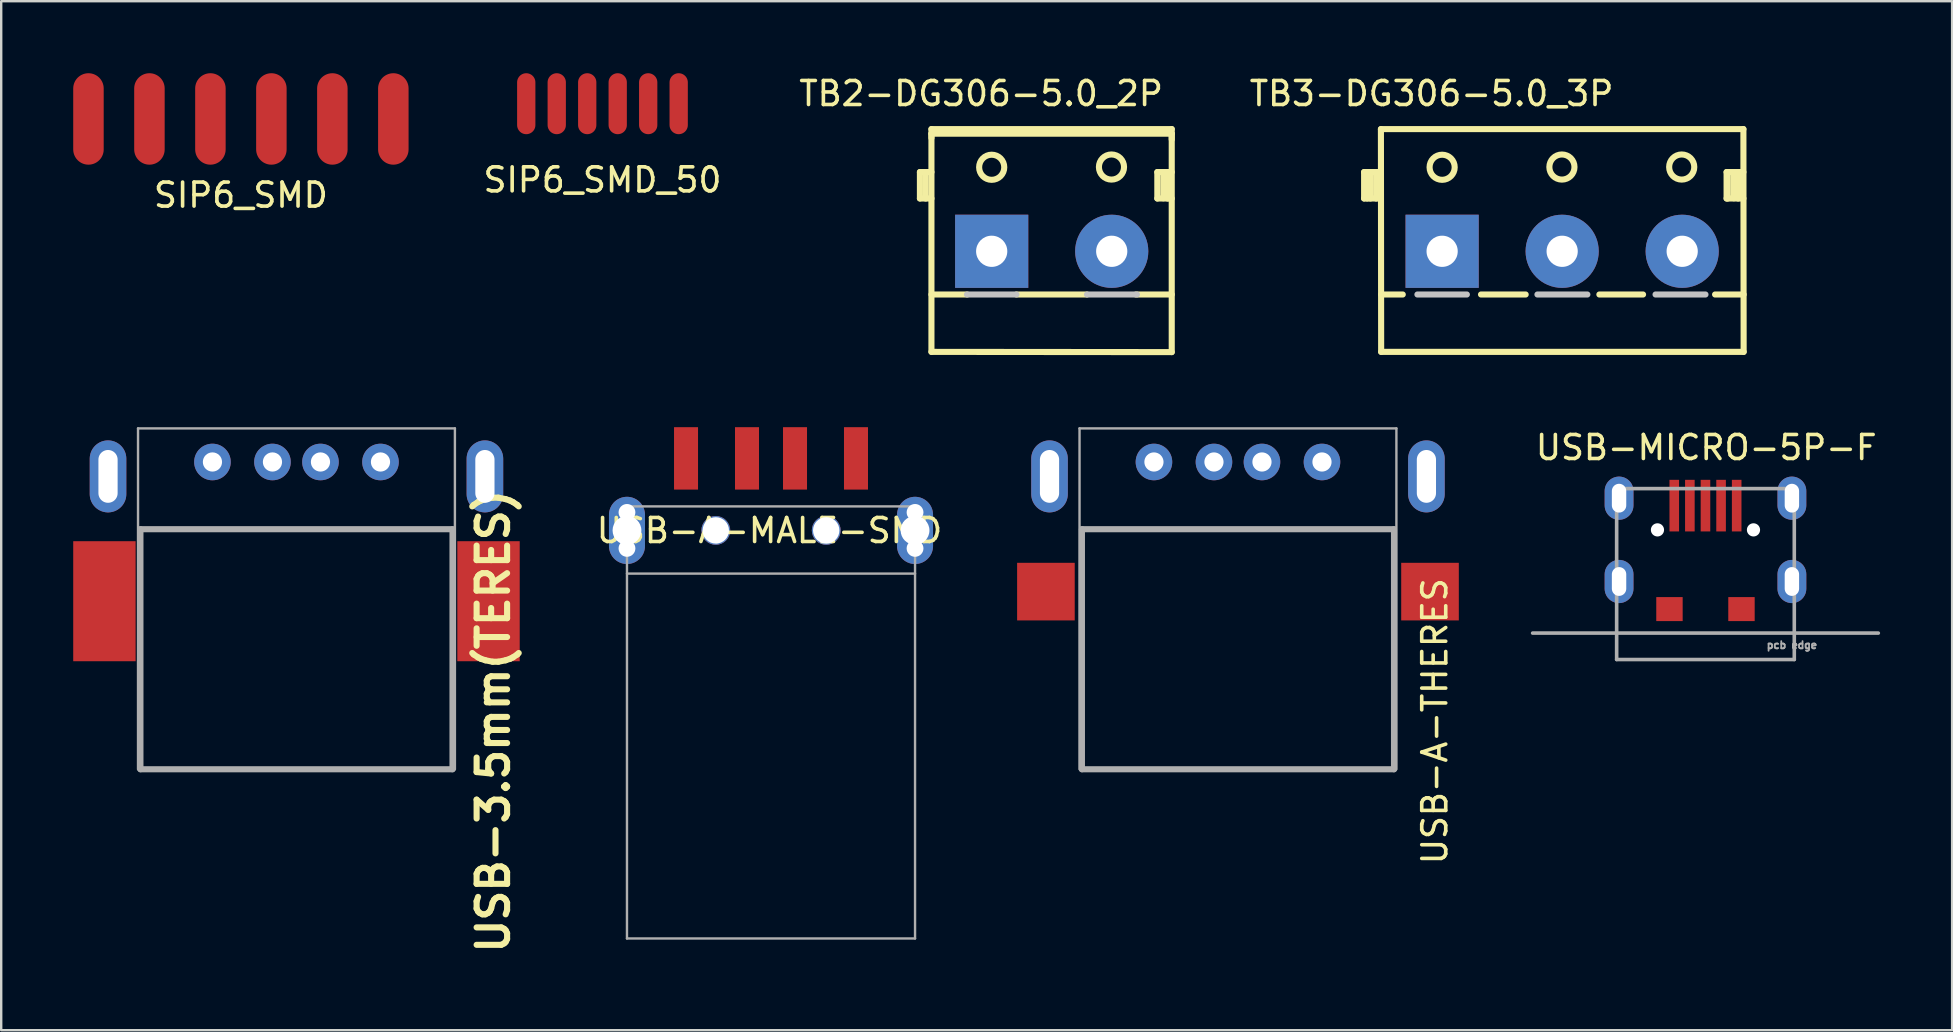
<source format=kicad_pcb>
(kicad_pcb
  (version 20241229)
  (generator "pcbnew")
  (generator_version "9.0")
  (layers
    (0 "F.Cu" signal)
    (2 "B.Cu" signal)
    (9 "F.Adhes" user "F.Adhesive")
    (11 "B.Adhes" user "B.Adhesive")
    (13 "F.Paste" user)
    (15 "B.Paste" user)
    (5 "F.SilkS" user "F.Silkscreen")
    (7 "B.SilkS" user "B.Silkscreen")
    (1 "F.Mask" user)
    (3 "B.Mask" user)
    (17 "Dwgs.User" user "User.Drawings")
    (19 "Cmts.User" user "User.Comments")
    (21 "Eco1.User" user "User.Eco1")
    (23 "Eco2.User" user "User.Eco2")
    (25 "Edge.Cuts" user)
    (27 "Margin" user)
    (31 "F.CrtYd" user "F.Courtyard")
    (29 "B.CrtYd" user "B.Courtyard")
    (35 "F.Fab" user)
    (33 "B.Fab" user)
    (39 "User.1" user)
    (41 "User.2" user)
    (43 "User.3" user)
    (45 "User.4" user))
  (footprint "TB3-DG306-5.0_3P"
    (layer "F.Cu")
    (at 62.025 7.418)
    (property "Reference" "TB3-DG306-5.0_3P" (at -5.44 -6.57 0) (layer "F.SilkS") (effects (font (size 1 1) (thickness 0.15))))
    (attr through_hole)
    (fp_line (start -8.25 -3.3) (end -8.25 -2.2) (stroke (width 0.254) (type solid)) (layer "F.SilkS"))
    (fp_line (start -8.25 -2.2) (end -7.55 -2.2) (stroke (width 0.254) (type solid)) (layer "F.SilkS"))
    (fp_line (start -8.12 -3.26) (end -8.12 -2.2) (stroke (width 0.254) (type solid)) (layer "F.SilkS"))
    (fp_line (start -7.99 -3.3) (end -7.99 -2.2) (stroke (width 0.254) (type solid)) (layer "F.SilkS"))
    (fp_line (start -7.75 -3.3) (end -7.75 -2.2) (stroke (width 0.254) (type solid)) (layer "F.SilkS"))
    (fp_line (start -7.55 -5.09) (end -7.54 4.19) (stroke (width 0.254) (type solid)) (layer "F.SilkS"))
    (fp_line (start -7.55 -3.3) (end -8.25 -3.3) (stroke (width 0.254) (type solid)) (layer "F.SilkS"))
    (fp_line (start -7.54 4.19) (end 7.56 4.19) (stroke (width 0.254) (type solid)) (layer "F.SilkS"))
    (fp_line (start -6.64 1.8) (end -7.54 1.8) (stroke (width 0.254) (type solid)) (layer "F.SilkS"))
    (fp_line (start -3.38 1.8) (end -1.52 1.8) (stroke (width 0.254) (type solid)) (layer "F.SilkS"))
    (fp_line (start 1.55 1.8) (end 3.37 1.8) (stroke (width 0.254) (type solid)) (layer "F.SilkS"))
    (fp_line (start 6.37 1.8) (end 7.56 1.8) (stroke (width 0.254) (type solid)) (layer "F.SilkS"))
    (fp_line (start 6.85 -3.3) (end 6.85 -2.2) (stroke (width 0.254) (type solid)) (layer "F.SilkS"))
    (fp_line (start 6.85 -2.2) (end 7.55 -2.2) (stroke (width 0.254) (type solid)) (layer "F.SilkS"))
    (fp_line (start 6.9 -3.3) (end 6.9 -2.2) (stroke (width 0.254) (type solid)) (layer "F.SilkS"))
    (fp_line (start 7.15 -3.3) (end 7.15 -2.21) (stroke (width 0.254) (type solid)) (layer "F.SilkS"))
    (fp_line (start 7.33 -3.3) (end 7.33 -2.2) (stroke (width 0.254) (type solid)) (layer "F.SilkS"))
    (fp_line (start 7.55 -5.09) (end -7.55 -5.09) (stroke (width 0.254) (type solid)) (layer "F.SilkS"))
    (fp_line (start 7.55 -3.3) (end 6.85 -3.3) (stroke (width 0.254) (type solid)) (layer "F.SilkS"))
    (fp_line (start 7.56 4.19) (end 7.55 -5.09) (stroke (width 0.254) (type solid)) (layer "F.SilkS"))
    (fp_circle (center -5 -3.5) (end -4.48 -3.44) (stroke (width 0.254) (type solid)) (fill no) (layer "F.SilkS"))
    (fp_circle (center -0.01 -3.51) (end 0.51 -3.45) (stroke (width 0.254) (type solid)) (fill no) (layer "F.SilkS"))
    (fp_circle (center 4.98 -3.51) (end 5.5 -3.45) (stroke (width 0.254) (type solid)) (fill no) (layer "F.SilkS"))
    (fp_line (start -6.03 1.8) (end -3.97 1.8) (stroke (width 0.254) (type solid)) (layer "Dwgs.User"))
    (fp_line (start -1.03 1.8) (end 1.05 1.8) (stroke (width 0.254) (type solid)) (layer "Dwgs.User"))
    (fp_line (start 3.89 1.8) (end 5.97 1.8) (stroke (width 0.254) (type solid)) (layer "Dwgs.User"))
    (pad "1" thru_hole rect (at -5 0) (size 3.048 3.048) (drill 1.3) (layers "*.Cu" "*.Mask"))
    (pad "2" thru_hole circle (at 0 0) (size 3.048 3.048) (drill 1.3) (layers "*.Cu" "*.Mask"))
    (pad "3" thru_hole circle (at 5 0) (size 3.048 3.048) (drill 1.3) (layers "*.Cu" "*.Mask")))
  (footprint "SIP6_SMD_50"
    (layer "F.Cu")
    (at 22.047 1.27)
    (property "Reference" "SIP6_SMD_50" (at 0 3.175 0) (layer "F.SilkS") (effects (font (size 1 1) (thickness 0.15))))
    (attr smd)
    (pad "1" smd oval (at -3.175 0) (size 0.762 2.54) (layers "F.Cu" "F.Mask"))
    (pad "2" smd oval (at -1.905 0) (size 0.762 2.54) (layers "F.Cu" "F.Mask"))
    (pad "3" smd oval (at -0.635 0) (size 0.762 2.54) (layers "F.Cu" "F.Mask"))
    (pad "4" smd oval (at 0.635 0) (size 0.762 2.54) (layers "F.Cu" "F.Mask"))
    (pad "5" smd oval (at 1.905 0) (size 0.762 2.54) (layers "F.Cu" "F.Mask"))
    (pad "6" smd oval (at 3.175 0) (size 0.762 2.54) (layers "F.Cu" "F.Mask")))
  (footprint "USB-MICRO-5P-F"
    (layer "F.Cu")
    (at 67.995 23.323)
    (property "Reference" "USB-MICRO-5P-F" (at 0.032 -7.729 0) (layer "F.SilkS") (effects (font (size 1 1) (thickness 0.15))))
    (attr smd)
    (fp_line (start -7.2 0) (end 7.2 0) (stroke (width 0.15) (type solid)) (layer "F.Fab"))
    (fp_line (start -3.7 -6.02) (end 3.7 -6.02) (stroke (width 0.15) (type solid)) (layer "F.Fab"))
    (fp_line (start -3.7 1.1) (end -3.7 -6.02) (stroke (width 0.15) (type solid)) (layer "F.Fab"))
    (fp_line (start 3.7 -6.02) (end 3.7 1.1) (stroke (width 0.15) (type solid)) (layer "F.Fab"))
    (fp_line (start 3.7 1.1) (end -3.7 1.1) (stroke (width 0.15) (type solid)) (layer "F.Fab"))
    (fp_text user "pcb edge" (at 3.6 0.5 0) (layer "F.Fab") (effects (font (size 0.3 0.3) (thickness 0.075))))
    (pad "" np_thru_hole circle (at -2 -4.3) (size 0.55 0.55) (drill 0.55) (layers "*.Cu" "*.Mask"))
    (pad "" np_thru_hole circle (at 2 -4.3) (size 0.55 0.55) (drill 0.55) (layers "*.Cu" "*.Mask"))
    (pad "0" thru_hole oval (at -3.6 -5.62) (size 1.2 1.8) (drill oval 0.6 1.2) (layers "*.Cu" "*.Mask"))
    (pad "0" thru_hole oval (at -3.6 -2.15) (size 1.2 1.8) (drill oval 0.6 1.2) (layers "*.Cu" "*.Mask"))
    (pad "0" smd rect (at -1.5 -1) (size 1.1 1) (layers "F.Cu" "F.Mask" "F.Paste"))
    (pad "0" smd rect (at 1.5 -1) (size 1.1 1) (layers "F.Cu" "F.Mask" "F.Paste"))
    (pad "0" thru_hole oval (at 3.6 -5.62) (size 1.2 1.8) (drill oval 0.6 1.2) (layers "*.Cu" "*.Mask"))
    (pad "0" thru_hole oval (at 3.6 -2.15) (size 1.2 1.8) (drill oval 0.6 1.2) (layers "*.Cu" "*.Mask"))
    (pad "1" smd rect (at -1.3 -5.31) (size 0.4 2.15) (layers "F.Cu" "F.Mask" "F.Paste"))
    (pad "2" smd rect (at -0.65 -5.31) (size 0.4 2.15) (layers "F.Cu" "F.Mask" "F.Paste"))
    (pad "3" smd rect (at 0 -5.31) (size 0.4 2.15) (layers "F.Cu" "F.Mask" "F.Paste"))
    (pad "4" smd rect (at 0.65 -5.31) (size 0.4 2.15) (layers "F.Cu" "F.Mask" "F.Paste"))
    (pad "5" smd rect (at 1.3 -5.31) (size 0.4 2.15) (layers "F.Cu" "F.Mask" "F.Paste")))
  (footprint "TB2-DG306-5.0_2P"
    (layer "F.Cu")
    (at 40.761 7.418)
    (property "Reference" "TB2-DG306-5.0_2P" (at -2.94 -6.57 0) (layer "F.SilkS") (effects (font (size 1 1) (thickness 0.15))))
    (attr through_hole)
    (fp_line (start -5.49 -3.3) (end -5.49 -2.2) (stroke (width 0.254) (type solid)) (layer "F.SilkS"))
    (fp_line (start -5.49 -2.2) (end -5.01 -2.2) (stroke (width 0.254) (type solid)) (layer "F.SilkS"))
    (fp_line (start -5.25 -3.3) (end -5.25 -2.2) (stroke (width 0.254) (type solid)) (layer "F.SilkS"))
    (fp_line (start -5.01 -4.9) (end -5.01 4.19) (stroke (width 0.254) (type solid)) (layer "F.SilkS"))
    (fp_line (start -5.01 -4.72) (end -5.01 -5.09) (stroke (width 0.254) (type solid)) (layer "F.SilkS"))
    (fp_line (start -5.01 -3.3) (end -5.49 -3.3) (stroke (width 0.254) (type solid)) (layer "F.SilkS"))
    (fp_line (start -5.01 1.8) (end -3.52 1.8) (stroke (width 0.254) (type solid)) (layer "F.SilkS"))
    (fp_line (start -5.01 4.19) (end 5 4.2) (stroke (width 0.254) (type solid)) (layer "F.SilkS"))
    (fp_line (start -1.47 1.8) (end 1.47 1.8) (stroke (width 0.254) (type solid)) (layer "F.SilkS"))
    (fp_line (start 4.4 -3.3) (end 4.4 -2.2) (stroke (width 0.254) (type solid)) (layer "F.SilkS"))
    (fp_line (start 4.4 -2.2) (end 5 -2.2) (stroke (width 0.254) (type solid)) (layer "F.SilkS"))
    (fp_line (start 4.65 -3.3) (end 4.65 -2.21) (stroke (width 0.254) (type solid)) (layer "F.SilkS"))
    (fp_line (start 4.83 -3.3) (end 4.83 -2.2) (stroke (width 0.254) (type solid)) (layer "F.SilkS"))
    (fp_line (start 5 -5.09) (end -5.01 -5.09) (stroke (width 0.254) (type solid)) (layer "F.SilkS"))
    (fp_line (start 5 -4.9) (end -5.01 -4.9) (stroke (width 0.254) (type solid)) (layer "F.SilkS"))
    (fp_line (start 5 -4.66) (end 5 -5.09) (stroke (width 0.254) (type solid)) (layer "F.SilkS"))
    (fp_line (start 5 -3.3) (end 4.4 -3.3) (stroke (width 0.254) (type solid)) (layer "F.SilkS"))
    (fp_line (start 5 1.8) (end 3.51 1.8) (stroke (width 0.254) (type solid)) (layer "F.SilkS"))
    (fp_line (start 5 4.2) (end 5 -4.9) (stroke (width 0.254) (type solid)) (layer "F.SilkS"))
    (fp_circle (center -2.5 -3.5) (end -1.98 -3.44) (stroke (width 0.254) (type solid)) (fill no) (layer "F.SilkS"))
    (fp_circle (center 2.49 -3.51) (end 3.01 -3.45) (stroke (width 0.254) (type solid)) (fill no) (layer "F.SilkS"))
    (fp_line (start -3.53 1.8) (end -1.47 1.8) (stroke (width 0.254) (type solid)) (layer "Dwgs.User"))
    (fp_line (start 1.47 1.8) (end 3.55 1.8) (stroke (width 0.254) (type solid)) (layer "Dwgs.User"))
    (pad "1" thru_hole rect (at -2.5 0) (size 3.048 3.048) (drill 1.3) (layers "*.Cu" "*.Mask"))
    (pad "2" thru_hole circle (at 2.5 0) (size 3.048 3.048) (drill 1.3) (layers "*.Cu" "*.Mask")))
  (footprint "SIP6_SMD"
    (layer "F.Cu")
    (at 6.985 1.905)
    (property "Reference" "SIP6_SMD" (at 0 3.175 0) (layer "F.SilkS") (effects (font (size 1 1) (thickness 0.15))))
    (attr smd)
    (pad "1" smd oval (at -6.35 0) (size 1.27 3.81) (layers "F.Cu" "F.Mask"))
    (pad "2" smd oval (at -3.81 0) (size 1.27 3.81) (layers "F.Cu" "F.Mask"))
    (pad "3" smd oval (at -1.27 0) (size 1.27 3.81) (layers "F.Cu" "F.Mask"))
    (pad "4" smd oval (at 1.27 0) (size 1.27 3.81) (layers "F.Cu" "F.Mask"))
    (pad "5" smd oval (at 3.81 0) (size 1.27 3.81) (layers "F.Cu" "F.Mask"))
    (pad "6" smd oval (at 6.35 0) (size 1.27 3.81) (layers "F.Cu" "F.Mask")))
  (footprint "USB-A-THERES"
    (layer "F.Cu")
    (at 48.52 28.995)
    (property "Reference" "USB-A-THERES" (at 8.2 -2 270) (layer "F.SilkS") (effects (font (size 1 1) (thickness 0.15))))
    (attr through_hole)
    (fp_line (start -6.6 -14.2) (end 6.6 -14.2) (stroke (width 0.1) (type solid)) (layer "F.Fab"))
    (fp_line (start -6.6 0) (end -6.6 -14.2) (stroke (width 0.1) (type solid)) (layer "F.Fab"))
    (fp_line (start -6.5 -10) (end 6.5 -10) (stroke (width 0.254) (type solid)) (layer "F.Fab"))
    (fp_line (start -6.5 0) (end -6.5 -10) (stroke (width 0.254) (type solid)) (layer "F.Fab"))
    (fp_line (start 6.5 -10) (end 6.5 0) (stroke (width 0.254) (type solid)) (layer "F.Fab"))
    (fp_line (start 6.5 0) (end -6.5 0) (stroke (width 0.254) (type solid)) (layer "F.Fab"))
    (fp_line (start 6.6 -14.2) (end 6.6 0) (stroke (width 0.1) (type solid)) (layer "F.Fab"))
    (pad "0" smd rect (at -8 -7.4) (size 2.4 2.4) (layers "F.Cu" "F.Mask" "F.Paste"))
    (pad "0" thru_hole oval (at -7.85 -12.2) (size 1.524 3) (drill oval 0.8 2.2) (layers "*.Cu" "*.Paste" "*.Mask"))
    (pad "0" thru_hole oval (at 7.85 -12.2) (size 1.524 3) (drill oval 0.8 2.2) (layers "*.Cu" "*.Paste" "*.Mask"))
    (pad "0" smd rect (at 8 -7.4) (size 2.4 2.4) (layers "F.Cu" "F.Mask" "F.Paste"))
    (pad "1" thru_hole circle (at -3.5 -12.8) (size 1.524 1.524) (drill 0.8) (layers "*.Cu" "*.Paste" "*.Mask"))
    (pad "2" thru_hole circle (at -1 -12.8) (size 1.524 1.524) (drill 0.8) (layers "*.Cu" "*.Paste" "*.Mask"))
    (pad "3" thru_hole circle (at 1 -12.8) (size 1.524 1.524) (drill 0.8) (layers "*.Cu" "*.Paste" "*.Mask"))
    (pad "4" thru_hole circle (at 3.5 -12.8) (size 1.524 1.524) (drill 0.8) (layers "*.Cu" "*.Paste" "*.Mask")))
  (footprint "USB-A-MALE-SMD"
    (layer "F.Cu")
    (at 29.068 19.045)
    (property "Reference" "USB-A-MALE-SMD" (at -0.064 0.007 180) (layer "F.SilkS") (effects (font (size 1 1) (thickness 0.15))))
    (attr smd)
    (fp_line (start -6 -1) (end -6 17) (stroke (width 0.1) (type solid)) (layer "F.Fab"))
    (fp_line (start -6 -1) (end 6 -1) (stroke (width 0.1) (type solid)) (layer "F.Fab"))
    (fp_line (start -6 1.8) (end 6 1.8) (stroke (width 0.1) (type solid)) (layer "F.Fab"))
    (fp_line (start -6 17) (end 6 17) (stroke (width 0.1) (type solid)) (layer "F.Fab"))
    (fp_line (start 6 -1) (end 6 17) (stroke (width 0.1) (type solid)) (layer "F.Fab"))
    (pad "" np_thru_hole circle (at -2.3 0) (size 1.2 1.2) (drill 1.1) (layers "*.Cu" "*.Mask"))
    (pad "" np_thru_hole circle (at 2.3 0) (size 1.2 1.2) (drill 1.1) (layers "*.Cu" "*.Mask"))
    (pad "1" smd rect (at 3.54 -3) (size 1 2.6) (layers "F.Cu" "F.Mask" "F.Paste"))
    (pad "2" smd rect (at 1 -3) (size 1 2.6) (layers "F.Cu" "F.Mask" "F.Paste"))
    (pad "3" smd rect (at -1 -3) (size 1 2.6) (layers "F.Cu" "F.Mask" "F.Paste"))
    (pad "4" smd rect (at -3.54 -3) (size 1 2.6) (layers "F.Cu" "F.Mask" "F.Paste"))
    (pad "5" thru_hole circle (at -6 -0.75) (size 0.8 0.8) (drill 0.7) (layers "*.Cu" "*.Mask"))
    (pad "5" thru_hole oval (at -6 0) (size 1.5 2.8) (drill 1.2) (layers "*.Cu" "*.Mask"))
    (pad "5" thru_hole circle (at -6 0.75) (size 0.8 0.8) (drill 0.7) (layers "*.Cu" "*.Mask"))
    (pad "5" thru_hole circle (at 6 -0.75) (size 0.8 0.8) (drill 0.7) (layers "*.Cu" "*.Mask"))
    (pad "5" thru_hole oval (at 6 0) (size 1.5 2.8) (drill 1.2) (layers "*.Cu" "*.Mask"))
    (pad "5" thru_hole circle (at 6 0.75) (size 0.8 0.8) (drill 0.7) (layers "*.Cu" "*.Mask")))
  (footprint "USB-3.5mm(TERES)"
    (layer "F.Cu")
    (at 9.3 28.995)
    (property "Reference" "USB-3.5mm(TERES)" (at 8.2 -2 270) (layer "F.SilkS") (effects (font (size 1.27 1.27) (thickness 0.254))))
    (attr through_hole)
    (fp_line (start -6.6 -14.2) (end 6.6 -14.2) (stroke (width 0.1) (type solid)) (layer "F.Fab"))
    (fp_line (start -6.6 0) (end -6.6 -14.2) (stroke (width 0.1) (type solid)) (layer "F.Fab"))
    (fp_line (start -6.5 -10) (end 6.5 -10) (stroke (width 0.254) (type solid)) (layer "F.Fab"))
    (fp_line (start -6.5 0) (end -6.5 -10) (stroke (width 0.254) (type solid)) (layer "F.Fab"))
    (fp_line (start 6.5 -10) (end 6.5 0) (stroke (width 0.254) (type solid)) (layer "F.Fab"))
    (fp_line (start 6.5 0) (end -6.5 0) (stroke (width 0.254) (type solid)) (layer "F.Fab"))
    (fp_line (start 6.6 -14.2) (end 6.6 0) (stroke (width 0.1) (type solid)) (layer "F.Fab"))
    (pad "0" smd rect (at -8 -7.4) (size 2.4 2.4) (layers "F.Cu" "F.Mask" "F.Paste"))
    (pad "0" smd rect (at -8 -7) (size 2.6 5) (layers "F.Cu"))
    (pad "0" thru_hole oval (at -7.85 -12.2) (size 1.524 3) (drill oval 0.8 2.2) (layers "*.Cu" "*.Paste" "*.Mask"))
    (pad "0" thru_hole oval (at 7.85 -12.2) (size 1.524 3) (drill oval 0.8 2.2) (layers "*.Cu" "*.Paste" "*.Mask"))
    (pad "0" smd rect (at 8 -7.4) (size 2.4 2.4) (layers "F.Cu" "F.Mask" "F.Paste"))
    (pad "0" smd rect (at 8 -7) (size 2.6 5) (layers "F.Cu"))
    (pad "1" thru_hole circle (at -3.5 -12.8) (size 1.524 1.524) (drill 0.8) (layers "*.Cu" "*.Paste" "*.Mask"))
    (pad "2" thru_hole circle (at -1 -12.8) (size 1.524 1.524) (drill 0.8) (layers "*.Cu" "*.Paste" "*.Mask"))
    (pad "3" thru_hole circle (at 1 -12.8) (size 1.524 1.524) (drill 0.8) (layers "*.Cu" "*.Paste" "*.Mask"))
    (pad "4" thru_hole circle (at 3.5 -12.8) (size 1.524 1.524) (drill 0.8) (layers "*.Cu" "*.Paste" "*.Mask")))
  (gr_rect
    (start -3 -3)
    (end 78.27 39.865)
    (stroke (width 0.1) (type default))
    (fill no)
    (layer "Edge.Cuts")))
</source>
